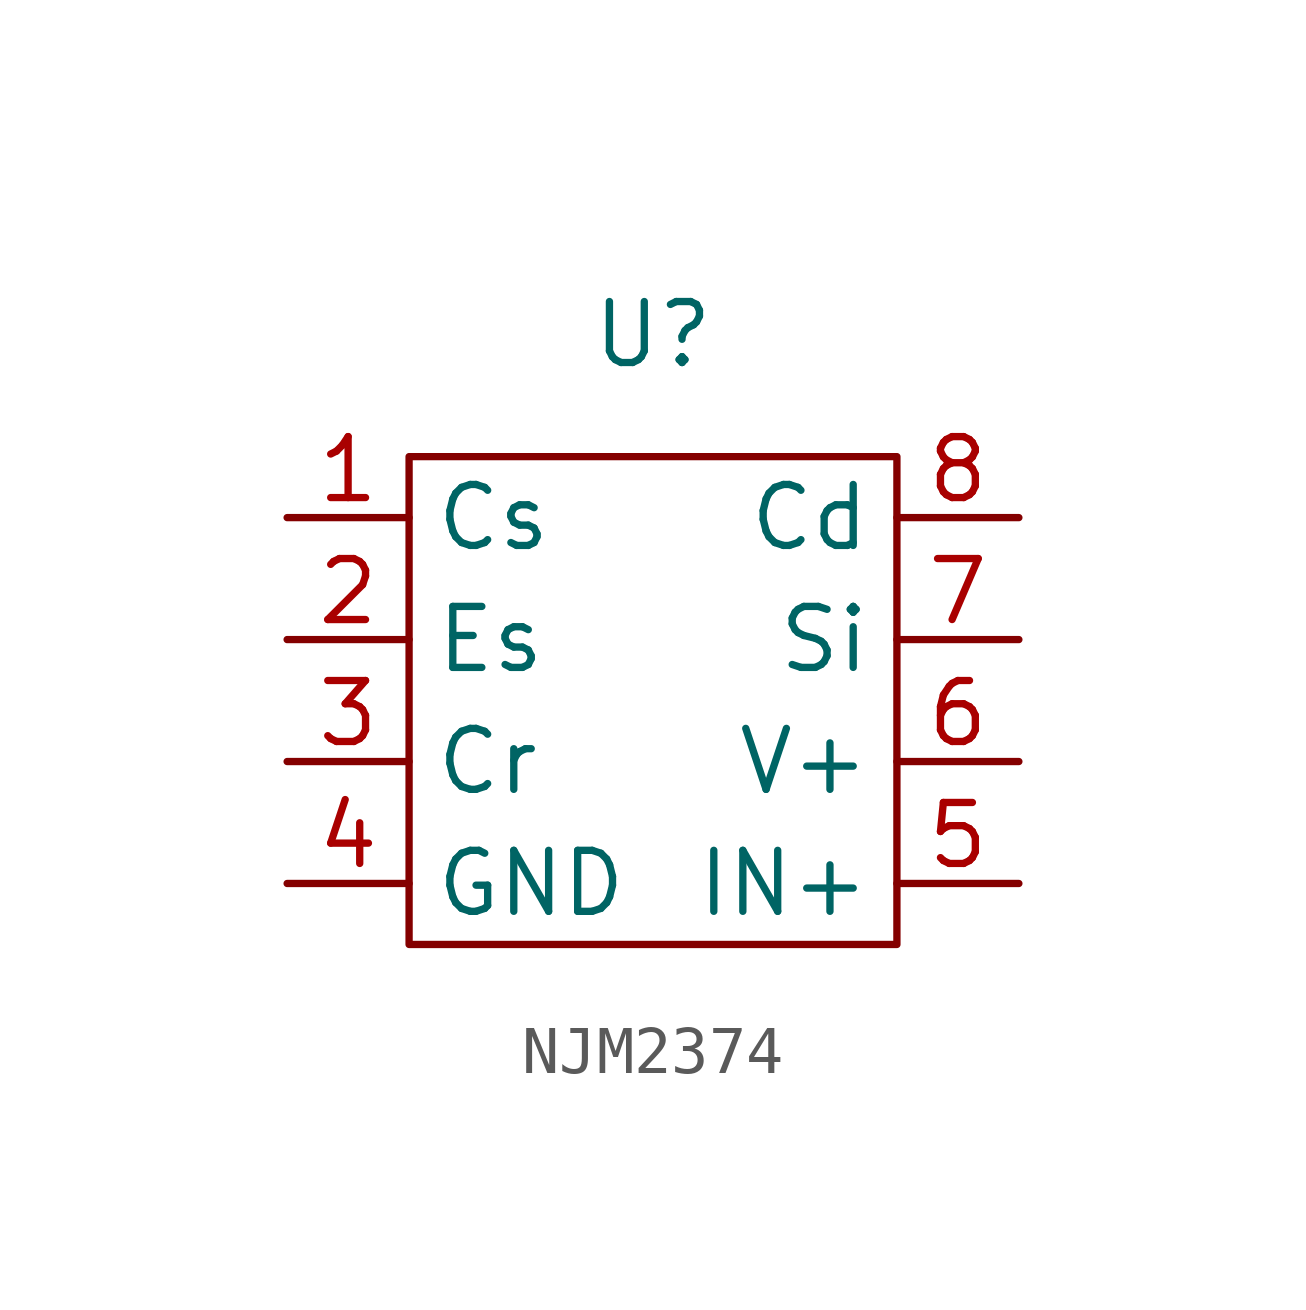
<source format=kicad_sym>
(kicad_symbol_lib
  (version 20220914)
  (generator kicad_symbol_editor)
  (symbol "NJM2374"
    (property "Reference" "U"
      (at 0 2.54 0)
      (effects (font (size 1.27 1.27))))
    (property "Value" ""
      (at 0 3.81 0)
      (effects (font (size 1.27 1.27))))
    (symbol "NJM2374_0_1"
      (rectangle (start -5.08 0) (end 5.08 -10.16) (stroke (width 0) (type default)) (fill (type none))))
    (symbol "NJM2374_1_1"
      (pin input line (at -7.62 -1.27 0) (length 2.54) (name "Cs" (effects (font (size 1.27 1.27)))) (number "1" (effects (font (size 1.27 1.27)))))
      (pin output line (at -7.62 -3.81 0) (length 2.54) (name "Es" (effects (font (size 1.27 1.27)))) (number "2" (effects (font (size 1.27 1.27)))))
      (pin input line (at -7.62 -6.35 0) (length 2.54) (name "Cr" (effects (font (size 1.27 1.27)))) (number "3" (effects (font (size 1.27 1.27)))))
      (pin power_in line (at -7.62 -8.89 0) (length 2.54) (name "GND" (effects (font (size 1.27 1.27)))) (number "4" (effects (font (size 1.27 1.27)))))
      (pin input line (at 7.62 -8.89 180) (length 2.54) (name "IN+" (effects (font (size 1.27 1.27)))) (number "5" (effects (font (size 1.27 1.27)))))
      (pin input line (at 7.62 -6.35 180) (length 2.54) (name "V+" (effects (font (size 1.27 1.27)))) (number "6" (effects (font (size 1.27 1.27)))))
      (pin input line (at 7.62 -3.81 180) (length 2.54) (name "Si" (effects (font (size 1.27 1.27)))) (number "7" (effects (font (size 1.27 1.27)))))
      (pin input line (at 7.62 -1.27 180) (length 2.54) (name "Cd" (effects (font (size 1.27 1.27)))) (number "8" (effects (font (size 1.27 1.27))))))))
</source>
